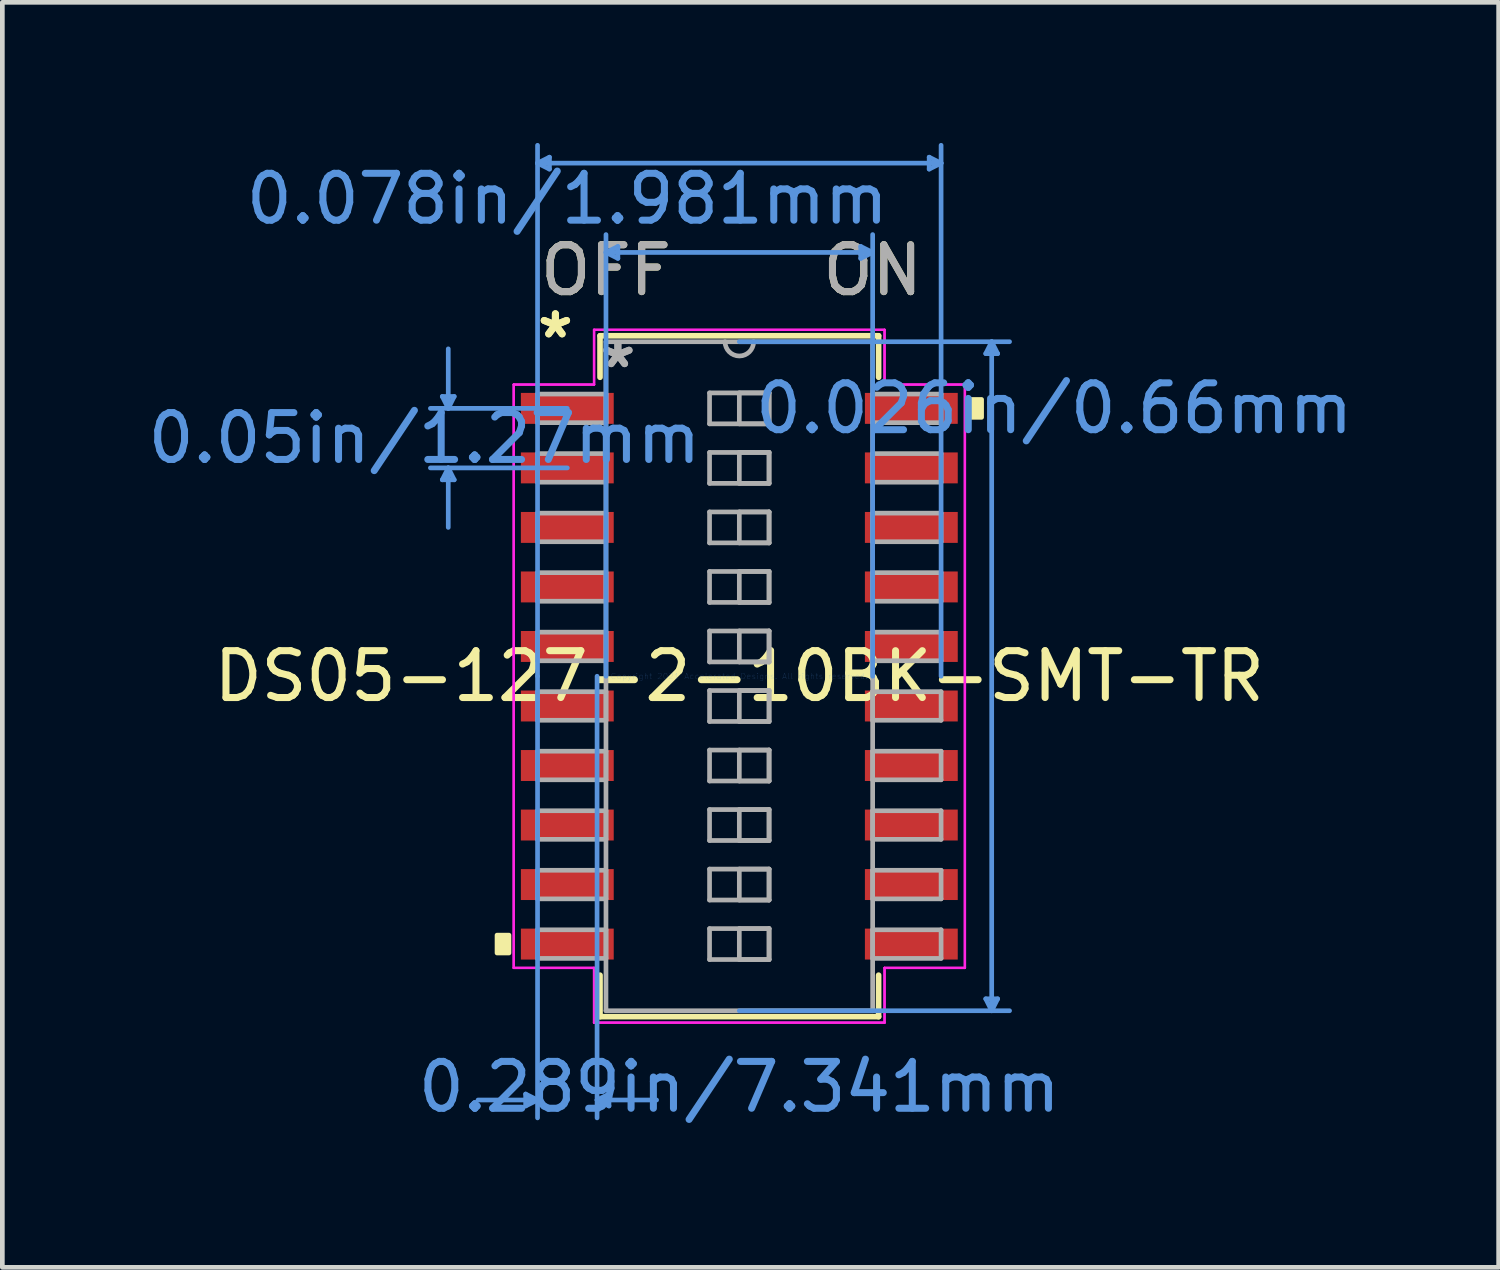
<source format=kicad_pcb>
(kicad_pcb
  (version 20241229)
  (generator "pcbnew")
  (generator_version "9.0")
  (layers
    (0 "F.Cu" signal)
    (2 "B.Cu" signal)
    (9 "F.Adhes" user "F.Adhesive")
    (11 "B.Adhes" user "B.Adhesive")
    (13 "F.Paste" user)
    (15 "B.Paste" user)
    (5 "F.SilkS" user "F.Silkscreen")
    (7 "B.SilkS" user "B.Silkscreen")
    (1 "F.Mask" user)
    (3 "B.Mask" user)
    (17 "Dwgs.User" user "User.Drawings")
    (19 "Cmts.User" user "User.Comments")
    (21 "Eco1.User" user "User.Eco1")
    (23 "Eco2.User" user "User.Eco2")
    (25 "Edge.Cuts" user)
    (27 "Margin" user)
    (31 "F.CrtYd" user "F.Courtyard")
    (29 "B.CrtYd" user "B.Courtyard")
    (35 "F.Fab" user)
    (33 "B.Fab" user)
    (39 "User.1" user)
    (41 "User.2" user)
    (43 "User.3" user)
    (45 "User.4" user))
  (footprint "DS05-127-2-10BK-SMT-TR"
    (layer "F.Cu")
    (at 12.724 11.378)
    (property "Reference" "DS05-127-2-10BK-SMT-TR" (at 0 0 0) (layer "F.SilkS") (effects (font (size 1 1) (thickness 0.15))))
    (attr through_hole)
    (fp_line (start -2.972 -7.264) (end -2.972 -6.378) (stroke (width 0.12) (type solid)) (layer "F.SilkS"))
    (fp_line (start -2.972 6.378) (end -2.972 7.264) (stroke (width 0.12) (type solid)) (layer "F.SilkS"))
    (fp_line (start -2.972 7.264) (end 2.972 7.264) (stroke (width 0.12) (type solid)) (layer "F.SilkS"))
    (fp_line (start 2.972 -7.264) (end -2.972 -7.264) (stroke (width 0.12) (type solid)) (layer "F.SilkS"))
    (fp_line (start 2.972 -6.378) (end 2.972 -7.264) (stroke (width 0.12) (type solid)) (layer "F.SilkS"))
    (fp_line (start 2.972 7.264) (end 2.972 6.378) (stroke (width 0.12) (type solid)) (layer "F.SilkS"))
    (fp_poly (pts (xy -5.169 5.524) (xy -5.169 5.905) (xy -4.915 5.905) (xy -4.915 5.524)) (stroke (width 0.1) (type solid)) (fill yes) (layer "F.SilkS"))
    (fp_poly (pts (xy 5.169 -5.905) (xy 5.169 -5.524) (xy 4.915 -5.524) (xy 4.915 -5.905)) (stroke (width 0.1) (type solid)) (fill yes) (layer "F.SilkS"))
    (fp_line (start -6.337 -5.969) (end -6.083 -5.969) (stroke (width 0.1) (type solid)) (layer "Cmts.User"))
    (fp_line (start -6.337 -4.191) (end -6.083 -4.191) (stroke (width 0.1) (type solid)) (layer "Cmts.User"))
    (fp_line (start -6.21 -5.715) (end -6.337 -5.969) (stroke (width 0.1) (type solid)) (layer "Cmts.User"))
    (fp_line (start -6.21 -5.715) (end -6.21 -6.985) (stroke (width 0.1) (type solid)) (layer "Cmts.User"))
    (fp_line (start -6.21 -5.715) (end -6.083 -5.969) (stroke (width 0.1) (type solid)) (layer "Cmts.User"))
    (fp_line (start -6.21 -4.445) (end -6.337 -4.191) (stroke (width 0.1) (type solid)) (layer "Cmts.User"))
    (fp_line (start -6.21 -4.445) (end -6.21 -3.175) (stroke (width 0.1) (type solid)) (layer "Cmts.User"))
    (fp_line (start -6.21 -4.445) (end -6.083 -4.191) (stroke (width 0.1) (type solid)) (layer "Cmts.User"))
    (fp_line (start -4.559 8.915) (end -4.559 9.169) (stroke (width 0.1) (type solid)) (layer "Cmts.User"))
    (fp_line (start -4.305 -10.947) (end -4.051 -11.074) (stroke (width 0.1) (type solid)) (layer "Cmts.User"))
    (fp_line (start -4.305 -10.947) (end -4.051 -10.82) (stroke (width 0.1) (type solid)) (layer "Cmts.User"))
    (fp_line (start -4.305 -10.947) (end 4.305 -10.947) (stroke (width 0.1) (type solid)) (layer "Cmts.User"))
    (fp_line (start -4.305 0) (end -4.305 -11.328) (stroke (width 0.1) (type solid)) (layer "Cmts.User"))
    (fp_line (start -4.305 0) (end -4.305 9.423) (stroke (width 0.1) (type solid)) (layer "Cmts.User"))
    (fp_line (start -4.305 9.042) (end -5.575 9.042) (stroke (width 0.1) (type solid)) (layer "Cmts.User"))
    (fp_line (start -4.305 9.042) (end -4.559 8.915) (stroke (width 0.1) (type solid)) (layer "Cmts.User"))
    (fp_line (start -4.305 9.042) (end -4.559 9.169) (stroke (width 0.1) (type solid)) (layer "Cmts.User"))
    (fp_line (start -4.051 -11.074) (end -4.051 -10.82) (stroke (width 0.1) (type solid)) (layer "Cmts.User"))
    (fp_line (start -3.67 -5.715) (end -6.591 -5.715) (stroke (width 0.1) (type solid)) (layer "Cmts.User"))
    (fp_line (start -3.67 -4.445) (end -6.591 -4.445) (stroke (width 0.1) (type solid)) (layer "Cmts.User"))
    (fp_line (start -3.035 0) (end -3.035 9.423) (stroke (width 0.1) (type solid)) (layer "Cmts.User"))
    (fp_line (start -3.035 9.042) (end -2.781 8.915) (stroke (width 0.1) (type solid)) (layer "Cmts.User"))
    (fp_line (start -3.035 9.042) (end -2.781 9.169) (stroke (width 0.1) (type solid)) (layer "Cmts.User"))
    (fp_line (start -3.035 9.042) (end -1.765 9.042) (stroke (width 0.1) (type solid)) (layer "Cmts.User"))
    (fp_line (start -2.845 -9.042) (end -2.591 -9.169) (stroke (width 0.1) (type solid)) (layer "Cmts.User"))
    (fp_line (start -2.845 -9.042) (end -2.591 -8.915) (stroke (width 0.1) (type solid)) (layer "Cmts.User"))
    (fp_line (start -2.845 -9.042) (end 2.845 -9.042) (stroke (width 0.1) (type solid)) (layer "Cmts.User"))
    (fp_line (start -2.845 0) (end -2.845 -9.423) (stroke (width 0.1) (type solid)) (layer "Cmts.User"))
    (fp_line (start -2.781 8.915) (end -2.781 9.169) (stroke (width 0.1) (type solid)) (layer "Cmts.User"))
    (fp_line (start -2.591 -9.169) (end -2.591 -8.915) (stroke (width 0.1) (type solid)) (layer "Cmts.User"))
    (fp_line (start 0 -7.137) (end 5.766 -7.137) (stroke (width 0.1) (type solid)) (layer "Cmts.User"))
    (fp_line (start 0 7.137) (end 5.766 7.137) (stroke (width 0.1) (type solid)) (layer "Cmts.User"))
    (fp_line (start 2.591 -9.169) (end 2.591 -8.915) (stroke (width 0.1) (type solid)) (layer "Cmts.User"))
    (fp_line (start 2.845 -9.042) (end 2.591 -9.169) (stroke (width 0.1) (type solid)) (layer "Cmts.User"))
    (fp_line (start 2.845 -9.042) (end 2.591 -8.915) (stroke (width 0.1) (type solid)) (layer "Cmts.User"))
    (fp_line (start 2.845 0) (end 2.845 -9.423) (stroke (width 0.1) (type solid)) (layer "Cmts.User"))
    (fp_line (start 4.051 -11.074) (end 4.051 -10.82) (stroke (width 0.1) (type solid)) (layer "Cmts.User"))
    (fp_line (start 4.305 -10.947) (end 4.051 -11.074) (stroke (width 0.1) (type solid)) (layer "Cmts.User"))
    (fp_line (start 4.305 -10.947) (end 4.051 -10.82) (stroke (width 0.1) (type solid)) (layer "Cmts.User"))
    (fp_line (start 4.305 0) (end 4.305 -11.328) (stroke (width 0.1) (type solid)) (layer "Cmts.User"))
    (fp_line (start 5.258 -6.883) (end 5.512 -6.883) (stroke (width 0.1) (type solid)) (layer "Cmts.User"))
    (fp_line (start 5.258 6.883) (end 5.512 6.883) (stroke (width 0.1) (type solid)) (layer "Cmts.User"))
    (fp_line (start 5.385 -7.137) (end 5.258 -6.883) (stroke (width 0.1) (type solid)) (layer "Cmts.User"))
    (fp_line (start 5.385 -7.137) (end 5.385 7.137) (stroke (width 0.1) (type solid)) (layer "Cmts.User"))
    (fp_line (start 5.385 -7.137) (end 5.512 -6.883) (stroke (width 0.1) (type solid)) (layer "Cmts.User"))
    (fp_line (start 5.385 7.137) (end 5.258 6.883) (stroke (width 0.1) (type solid)) (layer "Cmts.User"))
    (fp_line (start 5.385 7.137) (end 5.512 6.883) (stroke (width 0.1) (type solid)) (layer "Cmts.User"))
    (fp_line (start -4.813 -6.223) (end -3.099 -6.223) (stroke (width 0.05) (type solid)) (layer "F.CrtYd"))
    (fp_line (start -4.813 -6.223) (end -3.099 -6.223) (stroke (width 0.05) (type solid)) (layer "F.CrtYd"))
    (fp_line (start -4.813 6.223) (end -4.813 -6.223) (stroke (width 0.05) (type solid)) (layer "F.CrtYd"))
    (fp_line (start -4.813 6.223) (end -4.813 -6.223) (stroke (width 0.05) (type solid)) (layer "F.CrtYd"))
    (fp_line (start -3.099 -7.391) (end 3.099 -7.391) (stroke (width 0.05) (type solid)) (layer "F.CrtYd"))
    (fp_line (start -3.099 -7.391) (end 3.099 -7.391) (stroke (width 0.05) (type solid)) (layer "F.CrtYd"))
    (fp_line (start -3.099 -6.223) (end -3.099 -7.391) (stroke (width 0.05) (type solid)) (layer "F.CrtYd"))
    (fp_line (start -3.099 -6.223) (end -3.099 -7.391) (stroke (width 0.05) (type solid)) (layer "F.CrtYd"))
    (fp_line (start -3.099 6.223) (end -4.813 6.223) (stroke (width 0.05) (type solid)) (layer "F.CrtYd"))
    (fp_line (start -3.099 6.223) (end -4.813 6.223) (stroke (width 0.05) (type solid)) (layer "F.CrtYd"))
    (fp_line (start -3.099 7.391) (end -3.099 6.223) (stroke (width 0.05) (type solid)) (layer "F.CrtYd"))
    (fp_line (start -3.099 7.391) (end -3.099 6.223) (stroke (width 0.05) (type solid)) (layer "F.CrtYd"))
    (fp_line (start 3.099 -7.391) (end 3.099 -6.223) (stroke (width 0.05) (type solid)) (layer "F.CrtYd"))
    (fp_line (start 3.099 -7.391) (end 3.099 -6.223) (stroke (width 0.05) (type solid)) (layer "F.CrtYd"))
    (fp_line (start 3.099 -6.223) (end 4.813 -6.223) (stroke (width 0.05) (type solid)) (layer "F.CrtYd"))
    (fp_line (start 3.099 -6.223) (end 4.813 -6.223) (stroke (width 0.05) (type solid)) (layer "F.CrtYd"))
    (fp_line (start 3.099 6.223) (end 3.099 7.391) (stroke (width 0.05) (type solid)) (layer "F.CrtYd"))
    (fp_line (start 3.099 6.223) (end 3.099 7.391) (stroke (width 0.05) (type solid)) (layer "F.CrtYd"))
    (fp_line (start 3.099 7.391) (end -3.099 7.391) (stroke (width 0.05) (type solid)) (layer "F.CrtYd"))
    (fp_line (start 3.099 7.391) (end -3.099 7.391) (stroke (width 0.05) (type solid)) (layer "F.CrtYd"))
    (fp_line (start 4.813 -6.223) (end 4.813 6.223) (stroke (width 0.05) (type solid)) (layer "F.CrtYd"))
    (fp_line (start 4.813 -6.223) (end 4.813 6.223) (stroke (width 0.05) (type solid)) (layer "F.CrtYd"))
    (fp_line (start 4.813 6.223) (end 3.099 6.223) (stroke (width 0.05) (type solid)) (layer "F.CrtYd"))
    (fp_line (start 4.813 6.223) (end 3.099 6.223) (stroke (width 0.05) (type solid)) (layer "F.CrtYd"))
    (fp_line (start -4.305 -6.02) (end -4.305 -5.41) (stroke (width 0.1) (type solid)) (layer "F.Fab"))
    (fp_line (start -4.305 -5.41) (end -2.845 -5.41) (stroke (width 0.1) (type solid)) (layer "F.Fab"))
    (fp_line (start -4.305 -4.75) (end -4.305 -4.14) (stroke (width 0.1) (type solid)) (layer "F.Fab"))
    (fp_line (start -4.305 -4.14) (end -2.845 -4.14) (stroke (width 0.1) (type solid)) (layer "F.Fab"))
    (fp_line (start -4.305 -3.48) (end -4.305 -2.87) (stroke (width 0.1) (type solid)) (layer "F.Fab"))
    (fp_line (start -4.305 -2.87) (end -2.845 -2.87) (stroke (width 0.1) (type solid)) (layer "F.Fab"))
    (fp_line (start -4.305 -2.21) (end -4.305 -1.6) (stroke (width 0.1) (type solid)) (layer "F.Fab"))
    (fp_line (start -4.305 -1.6) (end -2.845 -1.6) (stroke (width 0.1) (type solid)) (layer "F.Fab"))
    (fp_line (start -4.305 -0.94) (end -4.305 -0.33) (stroke (width 0.1) (type solid)) (layer "F.Fab"))
    (fp_line (start -4.305 -0.33) (end -2.845 -0.33) (stroke (width 0.1) (type solid)) (layer "F.Fab"))
    (fp_line (start -4.305 0.33) (end -4.305 0.94) (stroke (width 0.1) (type solid)) (layer "F.Fab"))
    (fp_line (start -4.305 0.94) (end -2.845 0.94) (stroke (width 0.1) (type solid)) (layer "F.Fab"))
    (fp_line (start -4.305 1.6) (end -4.305 2.21) (stroke (width 0.1) (type solid)) (layer "F.Fab"))
    (fp_line (start -4.305 2.21) (end -2.845 2.21) (stroke (width 0.1) (type solid)) (layer "F.Fab"))
    (fp_line (start -4.305 2.87) (end -4.305 3.48) (stroke (width 0.1) (type solid)) (layer "F.Fab"))
    (fp_line (start -4.305 3.48) (end -2.845 3.48) (stroke (width 0.1) (type solid)) (layer "F.Fab"))
    (fp_line (start -4.305 4.14) (end -4.305 4.75) (stroke (width 0.1) (type solid)) (layer "F.Fab"))
    (fp_line (start -4.305 4.75) (end -2.845 4.75) (stroke (width 0.1) (type solid)) (layer "F.Fab"))
    (fp_line (start -4.305 5.41) (end -4.305 6.02) (stroke (width 0.1) (type solid)) (layer "F.Fab"))
    (fp_line (start -4.305 6.02) (end -2.845 6.02) (stroke (width 0.1) (type solid)) (layer "F.Fab"))
    (fp_line (start -2.845 -7.137) (end -2.845 7.137) (stroke (width 0.1) (type solid)) (layer "F.Fab"))
    (fp_line (start -2.845 -6.02) (end -4.305 -6.02) (stroke (width 0.1) (type solid)) (layer "F.Fab"))
    (fp_line (start -2.845 -5.41) (end -2.845 -6.02) (stroke (width 0.1) (type solid)) (layer "F.Fab"))
    (fp_line (start -2.845 -4.75) (end -4.305 -4.75) (stroke (width 0.1) (type solid)) (layer "F.Fab"))
    (fp_line (start -2.845 -4.14) (end -2.845 -4.75) (stroke (width 0.1) (type solid)) (layer "F.Fab"))
    (fp_line (start -2.845 -3.48) (end -4.305 -3.48) (stroke (width 0.1) (type solid)) (layer "F.Fab"))
    (fp_line (start -2.845 -2.87) (end -2.845 -3.48) (stroke (width 0.1) (type solid)) (layer "F.Fab"))
    (fp_line (start -2.845 -2.21) (end -4.305 -2.21) (stroke (width 0.1) (type solid)) (layer "F.Fab"))
    (fp_line (start -2.845 -1.6) (end -2.845 -2.21) (stroke (width 0.1) (type solid)) (layer "F.Fab"))
    (fp_line (start -2.845 -0.94) (end -4.305 -0.94) (stroke (width 0.1) (type solid)) (layer "F.Fab"))
    (fp_line (start -2.845 -0.33) (end -2.845 -0.94) (stroke (width 0.1) (type solid)) (layer "F.Fab"))
    (fp_line (start -2.845 0.33) (end -4.305 0.33) (stroke (width 0.1) (type solid)) (layer "F.Fab"))
    (fp_line (start -2.845 0.94) (end -2.845 0.33) (stroke (width 0.1) (type solid)) (layer "F.Fab"))
    (fp_line (start -2.845 1.6) (end -4.305 1.6) (stroke (width 0.1) (type solid)) (layer "F.Fab"))
    (fp_line (start -2.845 2.21) (end -2.845 1.6) (stroke (width 0.1) (type solid)) (layer "F.Fab"))
    (fp_line (start -2.845 2.87) (end -4.305 2.87) (stroke (width 0.1) (type solid)) (layer "F.Fab"))
    (fp_line (start -2.845 3.48) (end -2.845 2.87) (stroke (width 0.1) (type solid)) (layer "F.Fab"))
    (fp_line (start -2.845 4.14) (end -4.305 4.14) (stroke (width 0.1) (type solid)) (layer "F.Fab"))
    (fp_line (start -2.845 4.75) (end -2.845 4.14) (stroke (width 0.1) (type solid)) (layer "F.Fab"))
    (fp_line (start -2.845 5.41) (end -4.305 5.41) (stroke (width 0.1) (type solid)) (layer "F.Fab"))
    (fp_line (start -2.845 6.02) (end -2.845 5.41) (stroke (width 0.1) (type solid)) (layer "F.Fab"))
    (fp_line (start -2.845 7.137) (end 2.845 7.137) (stroke (width 0.1) (type solid)) (layer "F.Fab"))
    (fp_line (start -0.635 -6.045) (end 0.635 -6.045) (stroke (width 0.1) (type solid)) (layer "F.Fab"))
    (fp_line (start -0.635 -5.385) (end -0.635 -6.045) (stroke (width 0.1) (type solid)) (layer "F.Fab"))
    (fp_line (start -0.635 -4.775) (end 0.635 -4.775) (stroke (width 0.1) (type solid)) (layer "F.Fab"))
    (fp_line (start -0.635 -4.115) (end -0.635 -4.775) (stroke (width 0.1) (type solid)) (layer "F.Fab"))
    (fp_line (start -0.635 -3.505) (end 0.635 -3.505) (stroke (width 0.1) (type solid)) (layer "F.Fab"))
    (fp_line (start -0.635 -2.845) (end -0.635 -3.505) (stroke (width 0.1) (type solid)) (layer "F.Fab"))
    (fp_line (start -0.635 -2.235) (end 0.635 -2.235) (stroke (width 0.1) (type solid)) (layer "F.Fab"))
    (fp_line (start -0.635 -1.575) (end -0.635 -2.235) (stroke (width 0.1) (type solid)) (layer "F.Fab"))
    (fp_line (start -0.635 -0.965) (end 0.635 -0.965) (stroke (width 0.1) (type solid)) (layer "F.Fab"))
    (fp_line (start -0.635 -0.305) (end -0.635 -0.965) (stroke (width 0.1) (type solid)) (layer "F.Fab"))
    (fp_line (start -0.635 0.305) (end 0.635 0.305) (stroke (width 0.1) (type solid)) (layer "F.Fab"))
    (fp_line (start -0.635 0.965) (end -0.635 0.305) (stroke (width 0.1) (type solid)) (layer "F.Fab"))
    (fp_line (start -0.635 1.575) (end 0.635 1.575) (stroke (width 0.1) (type solid)) (layer "F.Fab"))
    (fp_line (start -0.635 2.235) (end -0.635 1.575) (stroke (width 0.1) (type solid)) (layer "F.Fab"))
    (fp_line (start -0.635 2.845) (end 0.635 2.845) (stroke (width 0.1) (type solid)) (layer "F.Fab"))
    (fp_line (start -0.635 3.505) (end -0.635 2.845) (stroke (width 0.1) (type solid)) (layer "F.Fab"))
    (fp_line (start -0.635 4.115) (end 0.635 4.115) (stroke (width 0.1) (type solid)) (layer "F.Fab"))
    (fp_line (start -0.635 4.775) (end -0.635 4.115) (stroke (width 0.1) (type solid)) (layer "F.Fab"))
    (fp_line (start -0.635 5.385) (end 0.635 5.385) (stroke (width 0.1) (type solid)) (layer "F.Fab"))
    (fp_line (start -0.635 6.045) (end -0.635 5.385) (stroke (width 0.1) (type solid)) (layer "F.Fab"))
    (fp_line (start 0 -6.045) (end 0.635 -6.045) (stroke (width 0.1) (type solid)) (layer "F.Fab"))
    (fp_line (start 0 -5.385) (end 0 -6.045) (stroke (width 0.1) (type solid)) (layer "F.Fab"))
    (fp_line (start 0 -4.775) (end 0.635 -4.775) (stroke (width 0.1) (type solid)) (layer "F.Fab"))
    (fp_line (start 0 -4.115) (end 0 -4.775) (stroke (width 0.1) (type solid)) (layer "F.Fab"))
    (fp_line (start 0 -3.505) (end 0.635 -3.505) (stroke (width 0.1) (type solid)) (layer "F.Fab"))
    (fp_line (start 0 -2.845) (end 0 -3.505) (stroke (width 0.1) (type solid)) (layer "F.Fab"))
    (fp_line (start 0 -2.235) (end 0.635 -2.235) (stroke (width 0.1) (type solid)) (layer "F.Fab"))
    (fp_line (start 0 -1.575) (end 0 -2.235) (stroke (width 0.1) (type solid)) (layer "F.Fab"))
    (fp_line (start 0 -0.965) (end 0.635 -0.965) (stroke (width 0.1) (type solid)) (layer "F.Fab"))
    (fp_line (start 0 -0.305) (end 0 -0.965) (stroke (width 0.1) (type solid)) (layer "F.Fab"))
    (fp_line (start 0 0.305) (end 0.635 0.305) (stroke (width 0.1) (type solid)) (layer "F.Fab"))
    (fp_line (start 0 0.965) (end 0 0.305) (stroke (width 0.1) (type solid)) (layer "F.Fab"))
    (fp_line (start 0 1.575) (end 0.635 1.575) (stroke (width 0.1) (type solid)) (layer "F.Fab"))
    (fp_line (start 0 2.235) (end 0 1.575) (stroke (width 0.1) (type solid)) (layer "F.Fab"))
    (fp_line (start 0 2.845) (end 0.635 2.845) (stroke (width 0.1) (type solid)) (layer "F.Fab"))
    (fp_line (start 0 3.505) (end 0 2.845) (stroke (width 0.1) (type solid)) (layer "F.Fab"))
    (fp_line (start 0 4.115) (end 0.635 4.115) (stroke (width 0.1) (type solid)) (layer "F.Fab"))
    (fp_line (start 0 4.775) (end 0 4.115) (stroke (width 0.1) (type solid)) (layer "F.Fab"))
    (fp_line (start 0 5.385) (end 0.635 5.385) (stroke (width 0.1) (type solid)) (layer "F.Fab"))
    (fp_line (start 0 6.045) (end 0 5.385) (stroke (width 0.1) (type solid)) (layer "F.Fab"))
    (fp_line (start 0.635 -6.045) (end 0.635 -5.385) (stroke (width 0.1) (type solid)) (layer "F.Fab"))
    (fp_line (start 0.635 -6.045) (end 0.635 -5.385) (stroke (width 0.1) (type solid)) (layer "F.Fab"))
    (fp_line (start 0.635 -5.385) (end -0.635 -5.385) (stroke (width 0.1) (type solid)) (layer "F.Fab"))
    (fp_line (start 0.635 -5.385) (end 0 -5.385) (stroke (width 0.1) (type solid)) (layer "F.Fab"))
    (fp_line (start 0.635 -4.775) (end 0.635 -4.115) (stroke (width 0.1) (type solid)) (layer "F.Fab"))
    (fp_line (start 0.635 -4.775) (end 0.635 -4.115) (stroke (width 0.1) (type solid)) (layer "F.Fab"))
    (fp_line (start 0.635 -4.115) (end -0.635 -4.115) (stroke (width 0.1) (type solid)) (layer "F.Fab"))
    (fp_line (start 0.635 -4.115) (end 0 -4.115) (stroke (width 0.1) (type solid)) (layer "F.Fab"))
    (fp_line (start 0.635 -3.505) (end 0.635 -2.845) (stroke (width 0.1) (type solid)) (layer "F.Fab"))
    (fp_line (start 0.635 -3.505) (end 0.635 -2.845) (stroke (width 0.1) (type solid)) (layer "F.Fab"))
    (fp_line (start 0.635 -2.845) (end -0.635 -2.845) (stroke (width 0.1) (type solid)) (layer "F.Fab"))
    (fp_line (start 0.635 -2.845) (end 0 -2.845) (stroke (width 0.1) (type solid)) (layer "F.Fab"))
    (fp_line (start 0.635 -2.235) (end 0.635 -1.575) (stroke (width 0.1) (type solid)) (layer "F.Fab"))
    (fp_line (start 0.635 -2.235) (end 0.635 -1.575) (stroke (width 0.1) (type solid)) (layer "F.Fab"))
    (fp_line (start 0.635 -1.575) (end -0.635 -1.575) (stroke (width 0.1) (type solid)) (layer "F.Fab"))
    (fp_line (start 0.635 -1.575) (end 0 -1.575) (stroke (width 0.1) (type solid)) (layer "F.Fab"))
    (fp_line (start 0.635 -0.965) (end 0.635 -0.305) (stroke (width 0.1) (type solid)) (layer "F.Fab"))
    (fp_line (start 0.635 -0.965) (end 0.635 -0.305) (stroke (width 0.1) (type solid)) (layer "F.Fab"))
    (fp_line (start 0.635 -0.305) (end -0.635 -0.305) (stroke (width 0.1) (type solid)) (layer "F.Fab"))
    (fp_line (start 0.635 -0.305) (end 0 -0.305) (stroke (width 0.1) (type solid)) (layer "F.Fab"))
    (fp_line (start 0.635 0.305) (end 0.635 0.965) (stroke (width 0.1) (type solid)) (layer "F.Fab"))
    (fp_line (start 0.635 0.305) (end 0.635 0.965) (stroke (width 0.1) (type solid)) (layer "F.Fab"))
    (fp_line (start 0.635 0.965) (end -0.635 0.965) (stroke (width 0.1) (type solid)) (layer "F.Fab"))
    (fp_line (start 0.635 0.965) (end 0 0.965) (stroke (width 0.1) (type solid)) (layer "F.Fab"))
    (fp_line (start 0.635 1.575) (end 0.635 2.235) (stroke (width 0.1) (type solid)) (layer "F.Fab"))
    (fp_line (start 0.635 1.575) (end 0.635 2.235) (stroke (width 0.1) (type solid)) (layer "F.Fab"))
    (fp_line (start 0.635 2.235) (end -0.635 2.235) (stroke (width 0.1) (type solid)) (layer "F.Fab"))
    (fp_line (start 0.635 2.235) (end 0 2.235) (stroke (width 0.1) (type solid)) (layer "F.Fab"))
    (fp_line (start 0.635 2.845) (end 0.635 3.505) (stroke (width 0.1) (type solid)) (layer "F.Fab"))
    (fp_line (start 0.635 2.845) (end 0.635 3.505) (stroke (width 0.1) (type solid)) (layer "F.Fab"))
    (fp_line (start 0.635 3.505) (end -0.635 3.505) (stroke (width 0.1) (type solid)) (layer "F.Fab"))
    (fp_line (start 0.635 3.505) (end 0 3.505) (stroke (width 0.1) (type solid)) (layer "F.Fab"))
    (fp_line (start 0.635 4.115) (end 0.635 4.775) (stroke (width 0.1) (type solid)) (layer "F.Fab"))
    (fp_line (start 0.635 4.115) (end 0.635 4.775) (stroke (width 0.1) (type solid)) (layer "F.Fab"))
    (fp_line (start 0.635 4.775) (end -0.635 4.775) (stroke (width 0.1) (type solid)) (layer "F.Fab"))
    (fp_line (start 0.635 4.775) (end 0 4.775) (stroke (width 0.1) (type solid)) (layer "F.Fab"))
    (fp_line (start 0.635 5.385) (end 0.635 6.045) (stroke (width 0.1) (type solid)) (layer "F.Fab"))
    (fp_line (start 0.635 5.385) (end 0.635 6.045) (stroke (width 0.1) (type solid)) (layer "F.Fab"))
    (fp_line (start 0.635 6.045) (end -0.635 6.045) (stroke (width 0.1) (type solid)) (layer "F.Fab"))
    (fp_line (start 0.635 6.045) (end 0 6.045) (stroke (width 0.1) (type solid)) (layer "F.Fab"))
    (fp_line (start 2.845 -7.137) (end -2.845 -7.137) (stroke (width 0.1) (type solid)) (layer "F.Fab"))
    (fp_line (start 2.845 -6.02) (end 2.845 -5.41) (stroke (width 0.1) (type solid)) (layer "F.Fab"))
    (fp_line (start 2.845 -5.41) (end 4.305 -5.41) (stroke (width 0.1) (type solid)) (layer "F.Fab"))
    (fp_line (start 2.845 -4.75) (end 2.845 -4.14) (stroke (width 0.1) (type solid)) (layer "F.Fab"))
    (fp_line (start 2.845 -4.14) (end 4.305 -4.14) (stroke (width 0.1) (type solid)) (layer "F.Fab"))
    (fp_line (start 2.845 -3.48) (end 2.845 -2.87) (stroke (width 0.1) (type solid)) (layer "F.Fab"))
    (fp_line (start 2.845 -2.87) (end 4.305 -2.87) (stroke (width 0.1) (type solid)) (layer "F.Fab"))
    (fp_line (start 2.845 -2.21) (end 2.845 -1.6) (stroke (width 0.1) (type solid)) (layer "F.Fab"))
    (fp_line (start 2.845 -1.6) (end 4.305 -1.6) (stroke (width 0.1) (type solid)) (layer "F.Fab"))
    (fp_line (start 2.845 -0.94) (end 2.845 -0.33) (stroke (width 0.1) (type solid)) (layer "F.Fab"))
    (fp_line (start 2.845 -0.33) (end 4.305 -0.33) (stroke (width 0.1) (type solid)) (layer "F.Fab"))
    (fp_line (start 2.845 0.33) (end 2.845 0.94) (stroke (width 0.1) (type solid)) (layer "F.Fab"))
    (fp_line (start 2.845 0.94) (end 4.305 0.94) (stroke (width 0.1) (type solid)) (layer "F.Fab"))
    (fp_line (start 2.845 1.6) (end 2.845 2.21) (stroke (width 0.1) (type solid)) (layer "F.Fab"))
    (fp_line (start 2.845 2.21) (end 4.305 2.21) (stroke (width 0.1) (type solid)) (layer "F.Fab"))
    (fp_line (start 2.845 2.87) (end 2.845 3.48) (stroke (width 0.1) (type solid)) (layer "F.Fab"))
    (fp_line (start 2.845 3.48) (end 4.305 3.48) (stroke (width 0.1) (type solid)) (layer "F.Fab"))
    (fp_line (start 2.845 4.14) (end 2.845 4.75) (stroke (width 0.1) (type solid)) (layer "F.Fab"))
    (fp_line (start 2.845 4.75) (end 4.305 4.75) (stroke (width 0.1) (type solid)) (layer "F.Fab"))
    (fp_line (start 2.845 5.41) (end 2.845 6.02) (stroke (width 0.1) (type solid)) (layer "F.Fab"))
    (fp_line (start 2.845 6.02) (end 4.305 6.02) (stroke (width 0.1) (type solid)) (layer "F.Fab"))
    (fp_line (start 2.845 7.137) (end 2.845 -7.137) (stroke (width 0.1) (type solid)) (layer "F.Fab"))
    (fp_line (start 4.305 -6.02) (end 2.845 -6.02) (stroke (width 0.1) (type solid)) (layer "F.Fab"))
    (fp_line (start 4.305 -5.41) (end 4.305 -6.02) (stroke (width 0.1) (type solid)) (layer "F.Fab"))
    (fp_line (start 4.305 -4.75) (end 2.845 -4.75) (stroke (width 0.1) (type solid)) (layer "F.Fab"))
    (fp_line (start 4.305 -4.14) (end 4.305 -4.75) (stroke (width 0.1) (type solid)) (layer "F.Fab"))
    (fp_line (start 4.305 -3.48) (end 2.845 -3.48) (stroke (width 0.1) (type solid)) (layer "F.Fab"))
    (fp_line (start 4.305 -2.87) (end 4.305 -3.48) (stroke (width 0.1) (type solid)) (layer "F.Fab"))
    (fp_line (start 4.305 -2.21) (end 2.845 -2.21) (stroke (width 0.1) (type solid)) (layer "F.Fab"))
    (fp_line (start 4.305 -1.6) (end 4.305 -2.21) (stroke (width 0.1) (type solid)) (layer "F.Fab"))
    (fp_line (start 4.305 -0.94) (end 2.845 -0.94) (stroke (width 0.1) (type solid)) (layer "F.Fab"))
    (fp_line (start 4.305 -0.33) (end 4.305 -0.94) (stroke (width 0.1) (type solid)) (layer "F.Fab"))
    (fp_line (start 4.305 0.33) (end 2.845 0.33) (stroke (width 0.1) (type solid)) (layer "F.Fab"))
    (fp_line (start 4.305 0.94) (end 4.305 0.33) (stroke (width 0.1) (type solid)) (layer "F.Fab"))
    (fp_line (start 4.305 1.6) (end 2.845 1.6) (stroke (width 0.1) (type solid)) (layer "F.Fab"))
    (fp_line (start 4.305 2.21) (end 4.305 1.6) (stroke (width 0.1) (type solid)) (layer "F.Fab"))
    (fp_line (start 4.305 2.87) (end 2.845 2.87) (stroke (width 0.1) (type solid)) (layer "F.Fab"))
    (fp_line (start 4.305 3.48) (end 4.305 2.87) (stroke (width 0.1) (type solid)) (layer "F.Fab"))
    (fp_line (start 4.305 4.14) (end 2.845 4.14) (stroke (width 0.1) (type solid)) (layer "F.Fab"))
    (fp_line (start 4.305 4.75) (end 4.305 4.14) (stroke (width 0.1) (type solid)) (layer "F.Fab"))
    (fp_line (start 4.305 5.41) (end 2.845 5.41) (stroke (width 0.1) (type solid)) (layer "F.Fab"))
    (fp_line (start 4.305 6.02) (end 4.305 5.41) (stroke (width 0.1) (type solid)) (layer "F.Fab"))
    (fp_arc (start 0.3048 -7.1374) (mid 0 -6.8326) (end -0.3048 -7.1374) (stroke (width 0.1) (type solid)) (layer "F.Fab"))
    (fp_text user "ON" (at 2.845 -8.661 0) (layer "F.SilkS") (effects (font (size 1 1) (thickness 0.15))))
    (fp_text user "OFF" (at -2.845 -8.661 0) (layer "F.SilkS") (effects (font (size 1 1) (thickness 0.15))))
    (fp_text user "*" (at -3.924 -7.188 0) (layer "F.SilkS") (effects (font (size 1 1) (thickness 0.15))))
    (fp_text user "*" (at -3.924 -7.188 0) (layer "F.SilkS") (effects (font (size 1 1) (thickness 0.15))))
    (fp_text user "0.026in/0.66mm" (at 6.718 -5.715 0) (layer "Cmts.User") (effects (font (size 1 1) (thickness 0.15))))
    (fp_text user "Copyright 2021 Accelerated Designs. All rights reserved." (at 0 0 0) (layer "Cmts.User") (effects (font (size 0.127 0.127) (thickness 0.002))))
    (fp_text user "0.078in/1.981mm" (at -3.67 -10.185 0) (layer "Cmts.User") (effects (font (size 1 1) (thickness 0.15))))
    (fp_text user "0.289in/7.341mm" (at 0 8.763 0) (layer "Cmts.User") (effects (font (size 1 1) (thickness 0.15))))
    (fp_text user "0.05in/1.27mm" (at -6.718 -5.08 0) (layer "Cmts.User") (effects (font (size 1 1) (thickness 0.15))))
    (fp_text user "*" (at -2.591 -6.553 0) (layer "F.Fab") (effects (font (size 1 1) (thickness 0.15))))
    (fp_text user "*" (at -2.591 -6.553 0) (layer "F.Fab") (effects (font (size 1 1) (thickness 0.15))))
    (fp_text user "OFF" (at -2.845 -8.661 0) (layer "F.Fab") (effects (font (size 1 1) (thickness 0.15))))
    (fp_text user "ON" (at 2.845 -8.661 0) (layer "F.Fab") (effects (font (size 1 1) (thickness 0.15))))
    (pad "1" smd rect (at -3.67 -5.715) (size 1.981 0.66) (layers "F.Cu" "F.Mask" "F.Paste"))
    (pad "2" smd rect (at -3.67 -4.445) (size 1.981 0.66) (layers "F.Cu" "F.Mask" "F.Paste"))
    (pad "3" smd rect (at -3.67 -3.175) (size 1.981 0.66) (layers "F.Cu" "F.Mask" "F.Paste"))
    (pad "4" smd rect (at -3.67 -1.905) (size 1.981 0.66) (layers "F.Cu" "F.Mask" "F.Paste"))
    (pad "5" smd rect (at -3.67 -0.635) (size 1.981 0.66) (layers "F.Cu" "F.Mask" "F.Paste"))
    (pad "6" smd rect (at -3.67 0.635) (size 1.981 0.66) (layers "F.Cu" "F.Mask" "F.Paste"))
    (pad "7" smd rect (at -3.67 1.905) (size 1.981 0.66) (layers "F.Cu" "F.Mask" "F.Paste"))
    (pad "8" smd rect (at -3.67 3.175) (size 1.981 0.66) (layers "F.Cu" "F.Mask" "F.Paste"))
    (pad "9" smd rect (at -3.67 4.445) (size 1.981 0.66) (layers "F.Cu" "F.Mask" "F.Paste"))
    (pad "10" smd rect (at -3.67 5.715) (size 1.981 0.66) (layers "F.Cu" "F.Mask" "F.Paste"))
    (pad "11" smd rect (at 3.67 5.715) (size 1.981 0.66) (layers "F.Cu" "F.Mask" "F.Paste"))
    (pad "12" smd rect (at 3.67 4.445) (size 1.981 0.66) (layers "F.Cu" "F.Mask" "F.Paste"))
    (pad "13" smd rect (at 3.67 3.175) (size 1.981 0.66) (layers "F.Cu" "F.Mask" "F.Paste"))
    (pad "14" smd rect (at 3.67 1.905) (size 1.981 0.66) (layers "F.Cu" "F.Mask" "F.Paste"))
    (pad "15" smd rect (at 3.67 0.635) (size 1.981 0.66) (layers "F.Cu" "F.Mask" "F.Paste"))
    (pad "16" smd rect (at 3.67 -0.635) (size 1.981 0.66) (layers "F.Cu" "F.Mask" "F.Paste"))
    (pad "17" smd rect (at 3.67 -1.905) (size 1.981 0.66) (layers "F.Cu" "F.Mask" "F.Paste"))
    (pad "18" smd rect (at 3.67 -3.175) (size 1.981 0.66) (layers "F.Cu" "F.Mask" "F.Paste"))
    (pad "19" smd rect (at 3.67 -4.445) (size 1.981 0.66) (layers "F.Cu" "F.Mask" "F.Paste"))
    (pad "20" smd rect (at 3.67 -5.715) (size 1.981 0.66) (layers "F.Cu" "F.Mask" "F.Paste")))
  (gr_rect
    (start -3 -3)
    (end 28.925 23.99)
    (stroke (width 0.1) (type default))
    (fill no)
    (layer "Edge.Cuts")))
</source>
